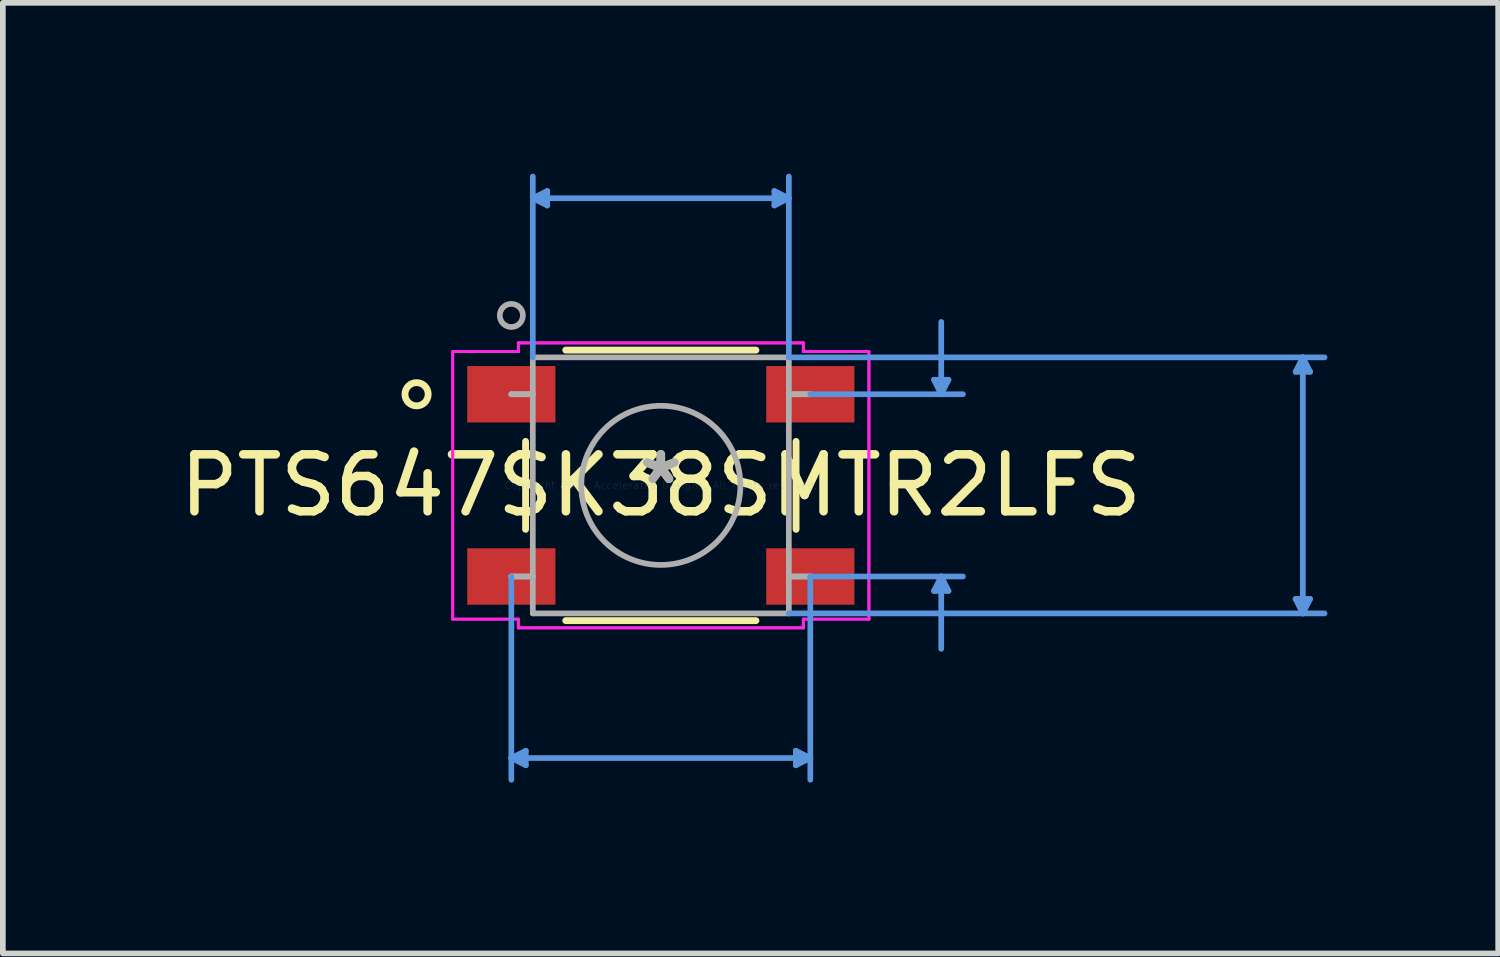
<source format=kicad_pcb>
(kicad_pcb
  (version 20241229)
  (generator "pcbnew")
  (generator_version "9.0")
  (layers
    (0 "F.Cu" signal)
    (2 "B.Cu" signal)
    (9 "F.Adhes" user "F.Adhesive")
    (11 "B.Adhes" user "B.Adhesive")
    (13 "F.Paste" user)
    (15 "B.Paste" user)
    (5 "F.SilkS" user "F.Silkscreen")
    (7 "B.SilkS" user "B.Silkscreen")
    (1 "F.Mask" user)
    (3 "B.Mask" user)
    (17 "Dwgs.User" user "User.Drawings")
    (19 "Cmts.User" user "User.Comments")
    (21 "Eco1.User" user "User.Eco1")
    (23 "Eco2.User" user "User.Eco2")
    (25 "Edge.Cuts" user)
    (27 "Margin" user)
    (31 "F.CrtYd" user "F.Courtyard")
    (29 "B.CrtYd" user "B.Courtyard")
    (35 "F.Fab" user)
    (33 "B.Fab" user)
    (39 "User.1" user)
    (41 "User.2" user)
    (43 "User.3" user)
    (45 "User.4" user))
  (footprint "PTS647SK38SMTR2LFS"
    (layer "F.Cu")
    (at 8.554 5.473)
    (property "Reference" "PTS647SK38SMTR2LFS" (at 0 0 0) (layer "F.SilkS") (effects (font (size 1 1) (thickness 0.15))))
    (attr through_hole)
    (fp_line (start -2.375 -0.772) (end -2.375 0.772) (stroke (width 0.12) (type solid)) (layer "F.SilkS"))
    (fp_line (start -1.67 2.375) (end 1.67 2.375) (stroke (width 0.12) (type solid)) (layer "F.SilkS"))
    (fp_line (start 1.67 -2.375) (end -1.67 -2.375) (stroke (width 0.12) (type solid)) (layer "F.SilkS"))
    (fp_line (start 2.375 0.772) (end 2.375 -0.772) (stroke (width 0.12) (type solid)) (layer "F.SilkS"))
    (fp_circle (center -4.289 -1.6) (end -4.085 -1.6) (stroke (width 0.12) (type solid)) (fill no) (layer "F.SilkS"))
    (fp_line (start -2.625 1.6) (end -2.625 5.169) (stroke (width 0.1) (type solid)) (layer "Cmts.User"))
    (fp_line (start -2.625 4.788) (end -2.371 4.661) (stroke (width 0.1) (type solid)) (layer "Cmts.User"))
    (fp_line (start -2.625 4.788) (end -2.371 4.915) (stroke (width 0.1) (type solid)) (layer "Cmts.User"))
    (fp_line (start -2.625 4.788) (end 2.625 4.788) (stroke (width 0.1) (type solid)) (layer "Cmts.User"))
    (fp_line (start -2.371 4.661) (end -2.371 4.915) (stroke (width 0.1) (type solid)) (layer "Cmts.User"))
    (fp_line (start -2.248 -5.042) (end -1.994 -5.169) (stroke (width 0.1) (type solid)) (layer "Cmts.User"))
    (fp_line (start -2.248 -5.042) (end -1.994 -4.915) (stroke (width 0.1) (type solid)) (layer "Cmts.User"))
    (fp_line (start -2.248 -5.042) (end 2.248 -5.042) (stroke (width 0.1) (type solid)) (layer "Cmts.User"))
    (fp_line (start -2.248 -2.248) (end -2.248 -5.423) (stroke (width 0.1) (type solid)) (layer "Cmts.User"))
    (fp_line (start -1.994 -5.169) (end -1.994 -4.915) (stroke (width 0.1) (type solid)) (layer "Cmts.User"))
    (fp_line (start 1.994 -5.169) (end 1.994 -4.915) (stroke (width 0.1) (type solid)) (layer "Cmts.User"))
    (fp_line (start 2.248 -5.042) (end 1.994 -5.169) (stroke (width 0.1) (type solid)) (layer "Cmts.User"))
    (fp_line (start 2.248 -5.042) (end 1.994 -4.915) (stroke (width 0.1) (type solid)) (layer "Cmts.User"))
    (fp_line (start 2.248 -2.248) (end 2.248 -5.423) (stroke (width 0.1) (type solid)) (layer "Cmts.User"))
    (fp_line (start 2.248 -2.248) (end 11.655 -2.248) (stroke (width 0.1) (type solid)) (layer "Cmts.User"))
    (fp_line (start 2.248 2.248) (end 11.655 2.248) (stroke (width 0.1) (type solid)) (layer "Cmts.User"))
    (fp_line (start 2.371 4.661) (end 2.371 4.915) (stroke (width 0.1) (type solid)) (layer "Cmts.User"))
    (fp_line (start 2.625 -1.6) (end 5.305 -1.6) (stroke (width 0.1) (type solid)) (layer "Cmts.User"))
    (fp_line (start 2.625 1.6) (end 2.625 5.169) (stroke (width 0.1) (type solid)) (layer "Cmts.User"))
    (fp_line (start 2.625 1.6) (end 5.305 1.6) (stroke (width 0.1) (type solid)) (layer "Cmts.User"))
    (fp_line (start 2.625 4.788) (end 2.371 4.661) (stroke (width 0.1) (type solid)) (layer "Cmts.User"))
    (fp_line (start 2.625 4.788) (end 2.371 4.915) (stroke (width 0.1) (type solid)) (layer "Cmts.User"))
    (fp_line (start 4.797 -1.854) (end 5.051 -1.854) (stroke (width 0.1) (type solid)) (layer "Cmts.User"))
    (fp_line (start 4.797 1.854) (end 5.051 1.854) (stroke (width 0.1) (type solid)) (layer "Cmts.User"))
    (fp_line (start 4.924 -1.6) (end 4.797 -1.854) (stroke (width 0.1) (type solid)) (layer "Cmts.User"))
    (fp_line (start 4.924 -1.6) (end 4.924 -2.87) (stroke (width 0.1) (type solid)) (layer "Cmts.User"))
    (fp_line (start 4.924 -1.6) (end 5.051 -1.854) (stroke (width 0.1) (type solid)) (layer "Cmts.User"))
    (fp_line (start 4.924 1.6) (end 4.797 1.854) (stroke (width 0.1) (type solid)) (layer "Cmts.User"))
    (fp_line (start 4.924 1.6) (end 4.924 2.87) (stroke (width 0.1) (type solid)) (layer "Cmts.User"))
    (fp_line (start 4.924 1.6) (end 5.051 1.854) (stroke (width 0.1) (type solid)) (layer "Cmts.User"))
    (fp_line (start 11.147 -1.994) (end 11.401 -1.994) (stroke (width 0.1) (type solid)) (layer "Cmts.User"))
    (fp_line (start 11.147 1.994) (end 11.401 1.994) (stroke (width 0.1) (type solid)) (layer "Cmts.User"))
    (fp_line (start 11.274 -2.248) (end 11.147 -1.994) (stroke (width 0.1) (type solid)) (layer "Cmts.User"))
    (fp_line (start 11.274 -2.248) (end 11.274 2.248) (stroke (width 0.1) (type solid)) (layer "Cmts.User"))
    (fp_line (start 11.274 -2.248) (end 11.401 -1.994) (stroke (width 0.1) (type solid)) (layer "Cmts.User"))
    (fp_line (start 11.274 2.248) (end 11.147 1.994) (stroke (width 0.1) (type solid)) (layer "Cmts.User"))
    (fp_line (start 11.274 2.248) (end 11.401 1.994) (stroke (width 0.1) (type solid)) (layer "Cmts.User"))
    (fp_line (start -3.654 -2.349) (end -2.502 -2.349) (stroke (width 0.05) (type solid)) (layer "F.CrtYd"))
    (fp_line (start -3.654 -2.349) (end -2.502 -2.349) (stroke (width 0.05) (type solid)) (layer "F.CrtYd"))
    (fp_line (start -3.654 2.349) (end -3.654 -2.349) (stroke (width 0.05) (type solid)) (layer "F.CrtYd"))
    (fp_line (start -3.654 2.349) (end -3.654 -2.349) (stroke (width 0.05) (type solid)) (layer "F.CrtYd"))
    (fp_line (start -3.654 2.349) (end -2.502 2.349) (stroke (width 0.05) (type solid)) (layer "F.CrtYd"))
    (fp_line (start -2.502 -2.502) (end 2.502 -2.502) (stroke (width 0.05) (type solid)) (layer "F.CrtYd"))
    (fp_line (start -2.502 -2.502) (end 2.502 -2.502) (stroke (width 0.05) (type solid)) (layer "F.CrtYd"))
    (fp_line (start -2.502 -2.349) (end -2.502 -2.502) (stroke (width 0.05) (type solid)) (layer "F.CrtYd"))
    (fp_line (start -2.502 -2.349) (end -2.502 -2.502) (stroke (width 0.05) (type solid)) (layer "F.CrtYd"))
    (fp_line (start -2.502 2.349) (end -3.654 2.349) (stroke (width 0.05) (type solid)) (layer "F.CrtYd"))
    (fp_line (start -2.502 2.502) (end -2.502 2.349) (stroke (width 0.05) (type solid)) (layer "F.CrtYd"))
    (fp_line (start -2.502 2.502) (end -2.502 2.349) (stroke (width 0.05) (type solid)) (layer "F.CrtYd"))
    (fp_line (start 2.502 -2.502) (end 2.502 -2.349) (stroke (width 0.05) (type solid)) (layer "F.CrtYd"))
    (fp_line (start 2.502 -2.502) (end 2.502 -2.349) (stroke (width 0.05) (type solid)) (layer "F.CrtYd"))
    (fp_line (start 2.502 -2.349) (end 3.654 -2.349) (stroke (width 0.05) (type solid)) (layer "F.CrtYd"))
    (fp_line (start 2.502 2.349) (end 2.502 2.502) (stroke (width 0.05) (type solid)) (layer "F.CrtYd"))
    (fp_line (start 2.502 2.349) (end 2.502 2.502) (stroke (width 0.05) (type solid)) (layer "F.CrtYd"))
    (fp_line (start 2.502 2.502) (end -2.502 2.502) (stroke (width 0.05) (type solid)) (layer "F.CrtYd"))
    (fp_line (start 2.502 2.502) (end -2.502 2.502) (stroke (width 0.05) (type solid)) (layer "F.CrtYd"))
    (fp_line (start 3.654 -2.349) (end 2.502 -2.349) (stroke (width 0.05) (type solid)) (layer "F.CrtYd"))
    (fp_line (start 3.654 -2.349) (end 3.654 2.349) (stroke (width 0.05) (type solid)) (layer "F.CrtYd"))
    (fp_line (start 3.654 -2.349) (end 3.654 2.349) (stroke (width 0.05) (type solid)) (layer "F.CrtYd"))
    (fp_line (start 3.654 2.349) (end 2.502 2.349) (stroke (width 0.05) (type solid)) (layer "F.CrtYd"))
    (fp_line (start 3.654 2.349) (end 2.502 2.349) (stroke (width 0.05) (type solid)) (layer "F.CrtYd"))
    (fp_line (start -2.625 -1.6) (end -2.625 -1.6) (stroke (width 0.1) (type solid)) (layer "F.Fab"))
    (fp_line (start -2.625 -1.6) (end -2.248 -1.6) (stroke (width 0.1) (type solid)) (layer "F.Fab"))
    (fp_line (start -2.625 1.6) (end -2.625 1.6) (stroke (width 0.1) (type solid)) (layer "F.Fab"))
    (fp_line (start -2.625 1.6) (end -2.248 1.6) (stroke (width 0.1) (type solid)) (layer "F.Fab"))
    (fp_line (start -2.248 -2.248) (end -2.248 2.248) (stroke (width 0.1) (type solid)) (layer "F.Fab"))
    (fp_line (start -2.248 -1.6) (end -2.625 -1.6) (stroke (width 0.1) (type solid)) (layer "F.Fab"))
    (fp_line (start -2.248 -1.6) (end -2.248 -1.6) (stroke (width 0.1) (type solid)) (layer "F.Fab"))
    (fp_line (start -2.248 1.6) (end -2.625 1.6) (stroke (width 0.1) (type solid)) (layer "F.Fab"))
    (fp_line (start -2.248 1.6) (end -2.248 1.6) (stroke (width 0.1) (type solid)) (layer "F.Fab"))
    (fp_line (start -2.248 2.248) (end 2.248 2.248) (stroke (width 0.1) (type solid)) (layer "F.Fab"))
    (fp_line (start 2.248 -2.248) (end -2.248 -2.248) (stroke (width 0.1) (type solid)) (layer "F.Fab"))
    (fp_line (start 2.248 -1.6) (end 2.248 -1.6) (stroke (width 0.1) (type solid)) (layer "F.Fab"))
    (fp_line (start 2.248 -1.6) (end 2.625 -1.6) (stroke (width 0.1) (type solid)) (layer "F.Fab"))
    (fp_line (start 2.248 1.6) (end 2.248 1.6) (stroke (width 0.1) (type solid)) (layer "F.Fab"))
    (fp_line (start 2.248 1.6) (end 2.625 1.6) (stroke (width 0.1) (type solid)) (layer "F.Fab"))
    (fp_line (start 2.248 2.248) (end 2.248 -2.248) (stroke (width 0.1) (type solid)) (layer "F.Fab"))
    (fp_line (start 2.625 -1.6) (end 2.248 -1.6) (stroke (width 0.1) (type solid)) (layer "F.Fab"))
    (fp_line (start 2.625 -1.6) (end 2.625 -1.6) (stroke (width 0.1) (type solid)) (layer "F.Fab"))
    (fp_line (start 2.625 1.6) (end 2.248 1.6) (stroke (width 0.1) (type solid)) (layer "F.Fab"))
    (fp_line (start 2.625 1.6) (end 2.625 1.6) (stroke (width 0.1) (type solid)) (layer "F.Fab"))
    (fp_circle (center -2.625 -2.984) (end -2.422 -2.984) (stroke (width 0.1) (type solid)) (fill no) (layer "F.Fab"))
    (fp_circle (center 0 0) (end 1.397 0) (stroke (width 0.1) (type solid)) (fill no) (layer "F.Fab"))
    (fp_text user "*" (at 0 0 0) (layer "F.SilkS") (effects (font (size 1 1) (thickness 0.15))))
    (fp_text user "Copyright 2021 Accelerated Designs. All rights reserved." (at 0 0 0) (layer "Cmts.User") (effects (font (size 0.127 0.127) (thickness 0.002))))
    (fp_text user "*" (at 0 0 0) (layer "F.Fab") (effects (font (size 1 1) (thickness 0.15))))
    (pad "1" smd rect (at -2.625 -1.6) (size 1.549 0.991) (layers "F.Cu" "F.Mask" "F.Paste"))
    (pad "2" smd rect (at 2.625 -1.6) (size 1.549 0.991) (layers "F.Cu" "F.Mask" "F.Paste"))
    (pad "3" smd rect (at -2.625 1.6) (size 1.549 0.991) (layers "F.Cu" "F.Mask" "F.Paste"))
    (pad "4" smd rect (at 2.625 1.6) (size 1.549 0.991) (layers "F.Cu" "F.Mask" "F.Paste")))
  (gr_rect
    (start -3 -3)
    (end 23.258 13.692)
    (stroke (width 0.1) (type default))
    (fill no)
    (layer "Edge.Cuts")))
</source>
